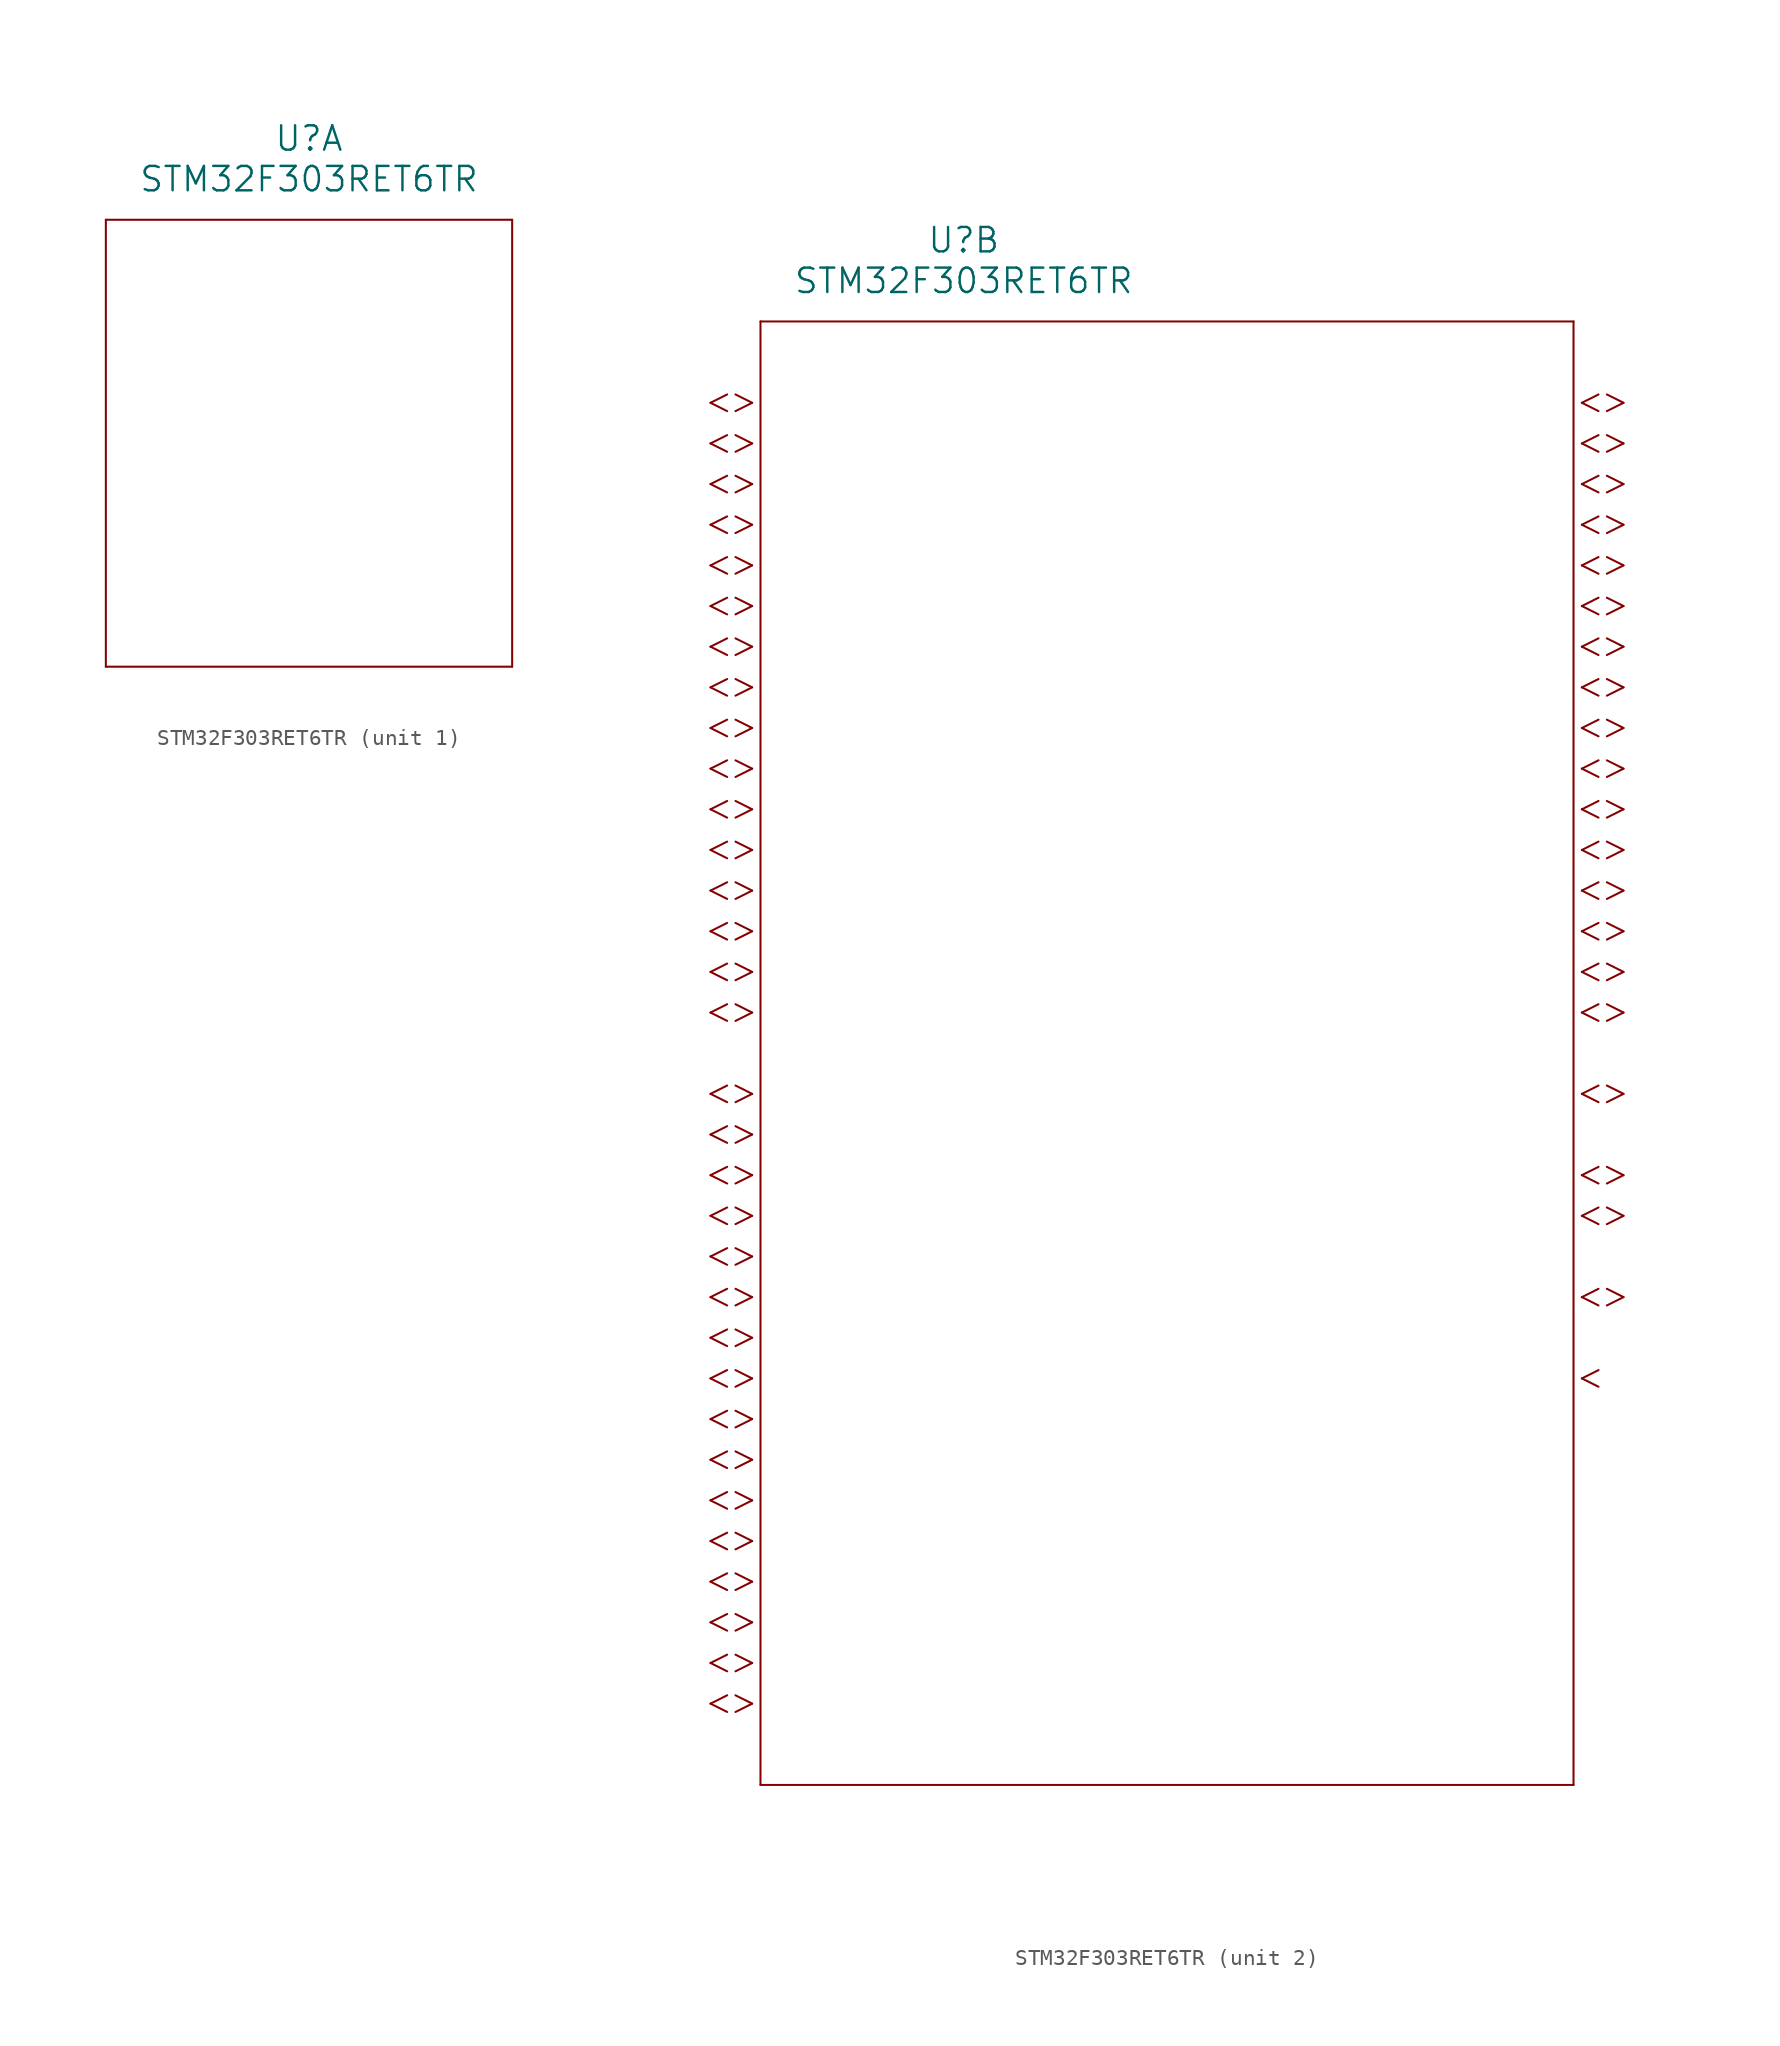
<source format=kicad_sym>
(kicad_symbol_lib
  (version 20211014)
  (generator kicad_symbol_editor)
  (symbol "STM32F303RET6TR"
    (pin_names
      (offset 0.254))
    (property "Reference" "U"
      (at 20.32 10.16 0)
      (effects (font (size 1.524 1.524))))
    (property "Value" "STM32F303RET6TR"
      (at 20.32 7.62 0)
      (effects (font (size 1.524 1.524))))
    (symbol "STM32F303RET6TR_1_1"
      (polyline (pts (xy 7.62 5.08) (xy 7.62 -22.86)) (stroke (width 0.127) (type default) (color 0 0 0 0)) (fill (type none)))
      (polyline (pts (xy 7.62 -22.86) (xy 33.02 -22.86)) (stroke (width 0.127) (type default) (color 0 0 0 0)) (fill (type none)))
      (polyline (pts (xy 33.02 -22.86) (xy 33.02 5.08)) (stroke (width 0.127) (type default) (color 0 0 0 0)) (fill (type none)))
      (polyline (pts (xy 33.02 5.08) (xy 7.62 5.08)) (stroke (width 0.127) (type default) (color 0 0 0 0)) (fill (type none))))
    (symbol "STM32F303RET6TR_2_1"
      (polyline (pts (xy 7.099 0) (xy 6.058 0.521)) (stroke (width 0.127) (type default) (color 0 0 0 0)) (fill (type none)))
      (polyline (pts (xy 7.099 0) (xy 6.058 -0.521)) (stroke (width 0.127) (type default) (color 0 0 0 0)) (fill (type none)))
      (polyline (pts (xy 5.537 0.521) (xy 4.496 0)) (stroke (width 0.127) (type default) (color 0 0 0 0)) (fill (type none)))
      (polyline (pts (xy 5.537 -0.521) (xy 4.496 0)) (stroke (width 0.127) (type default) (color 0 0 0 0)) (fill (type none)))
      (polyline (pts (xy 7.099 -2.54) (xy 6.058 -2.019)) (stroke (width 0.127) (type default) (color 0 0 0 0)) (fill (type none)))
      (polyline (pts (xy 7.099 -2.54) (xy 6.058 -3.061)) (stroke (width 0.127) (type default) (color 0 0 0 0)) (fill (type none)))
      (polyline (pts (xy 5.537 -2.019) (xy 4.496 -2.54)) (stroke (width 0.127) (type default) (color 0 0 0 0)) (fill (type none)))
      (polyline (pts (xy 5.537 -3.061) (xy 4.496 -2.54)) (stroke (width 0.127) (type default) (color 0 0 0 0)) (fill (type none)))
      (polyline (pts (xy 7.099 -5.08) (xy 6.058 -4.559)) (stroke (width 0.127) (type default) (color 0 0 0 0)) (fill (type none)))
      (polyline (pts (xy 7.099 -5.08) (xy 6.058 -5.601)) (stroke (width 0.127) (type default) (color 0 0 0 0)) (fill (type none)))
      (polyline (pts (xy 5.537 -4.559) (xy 4.496 -5.08)) (stroke (width 0.127) (type default) (color 0 0 0 0)) (fill (type none)))
      (polyline (pts (xy 5.537 -5.601) (xy 4.496 -5.08)) (stroke (width 0.127) (type default) (color 0 0 0 0)) (fill (type none)))
      (polyline (pts (xy 7.099 -7.62) (xy 6.058 -7.099)) (stroke (width 0.127) (type default) (color 0 0 0 0)) (fill (type none)))
      (polyline (pts (xy 7.099 -7.62) (xy 6.058 -8.141)) (stroke (width 0.127) (type default) (color 0 0 0 0)) (fill (type none)))
      (polyline (pts (xy 5.537 -7.099) (xy 4.496 -7.62)) (stroke (width 0.127) (type default) (color 0 0 0 0)) (fill (type none)))
      (polyline (pts (xy 5.537 -8.141) (xy 4.496 -7.62)) (stroke (width 0.127) (type default) (color 0 0 0 0)) (fill (type none)))
      (polyline (pts (xy 7.099 -10.16) (xy 6.058 -9.639)) (stroke (width 0.127) (type default) (color 0 0 0 0)) (fill (type none)))
      (polyline (pts (xy 7.099 -10.16) (xy 6.058 -10.681)) (stroke (width 0.127) (type default) (color 0 0 0 0)) (fill (type none)))
      (polyline (pts (xy 5.537 -9.639) (xy 4.496 -10.16)) (stroke (width 0.127) (type default) (color 0 0 0 0)) (fill (type none)))
      (polyline (pts (xy 5.537 -10.681) (xy 4.496 -10.16)) (stroke (width 0.127) (type default) (color 0 0 0 0)) (fill (type none)))
      (polyline (pts (xy 7.099 -12.7) (xy 6.058 -12.179)) (stroke (width 0.127) (type default) (color 0 0 0 0)) (fill (type none)))
      (polyline (pts (xy 7.099 -12.7) (xy 6.058 -13.221)) (stroke (width 0.127) (type default) (color 0 0 0 0)) (fill (type none)))
      (polyline (pts (xy 5.537 -12.179) (xy 4.496 -12.7)) (stroke (width 0.127) (type default) (color 0 0 0 0)) (fill (type none)))
      (polyline (pts (xy 5.537 -13.221) (xy 4.496 -12.7)) (stroke (width 0.127) (type default) (color 0 0 0 0)) (fill (type none)))
      (polyline (pts (xy 7.099 -15.24) (xy 6.058 -14.719)) (stroke (width 0.127) (type default) (color 0 0 0 0)) (fill (type none)))
      (polyline (pts (xy 7.099 -15.24) (xy 6.058 -15.761)) (stroke (width 0.127) (type default) (color 0 0 0 0)) (fill (type none)))
      (polyline (pts (xy 5.537 -14.719) (xy 4.496 -15.24)) (stroke (width 0.127) (type default) (color 0 0 0 0)) (fill (type none)))
      (polyline (pts (xy 5.537 -15.761) (xy 4.496 -15.24)) (stroke (width 0.127) (type default) (color 0 0 0 0)) (fill (type none)))
      (polyline (pts (xy 7.099 -17.78) (xy 6.058 -17.259)) (stroke (width 0.127) (type default) (color 0 0 0 0)) (fill (type none)))
      (polyline (pts (xy 7.099 -17.78) (xy 6.058 -18.301)) (stroke (width 0.127) (type default) (color 0 0 0 0)) (fill (type none)))
      (polyline (pts (xy 5.537 -17.259) (xy 4.496 -17.78)) (stroke (width 0.127) (type default) (color 0 0 0 0)) (fill (type none)))
      (polyline (pts (xy 5.537 -18.301) (xy 4.496 -17.78)) (stroke (width 0.127) (type default) (color 0 0 0 0)) (fill (type none)))
      (polyline (pts (xy 7.099 -20.32) (xy 6.058 -19.799)) (stroke (width 0.127) (type default) (color 0 0 0 0)) (fill (type none)))
      (polyline (pts (xy 7.099 -20.32) (xy 6.058 -20.841)) (stroke (width 0.127) (type default) (color 0 0 0 0)) (fill (type none)))
      (polyline (pts (xy 5.537 -19.799) (xy 4.496 -20.32)) (stroke (width 0.127) (type default) (color 0 0 0 0)) (fill (type none)))
      (polyline (pts (xy 5.537 -20.841) (xy 4.496 -20.32)) (stroke (width 0.127) (type default) (color 0 0 0 0)) (fill (type none)))
      (polyline (pts (xy 7.099 -22.86) (xy 6.058 -22.339)) (stroke (width 0.127) (type default) (color 0 0 0 0)) (fill (type none)))
      (polyline (pts (xy 7.099 -22.86) (xy 6.058 -23.381)) (stroke (width 0.127) (type default) (color 0 0 0 0)) (fill (type none)))
      (polyline (pts (xy 5.537 -22.339) (xy 4.496 -22.86)) (stroke (width 0.127) (type default) (color 0 0 0 0)) (fill (type none)))
      (polyline (pts (xy 5.537 -23.381) (xy 4.496 -22.86)) (stroke (width 0.127) (type default) (color 0 0 0 0)) (fill (type none)))
      (polyline (pts (xy 7.099 -25.4) (xy 6.058 -24.879)) (stroke (width 0.127) (type default) (color 0 0 0 0)) (fill (type none)))
      (polyline (pts (xy 7.099 -25.4) (xy 6.058 -25.921)) (stroke (width 0.127) (type default) (color 0 0 0 0)) (fill (type none)))
      (polyline (pts (xy 5.537 -24.879) (xy 4.496 -25.4)) (stroke (width 0.127) (type default) (color 0 0 0 0)) (fill (type none)))
      (polyline (pts (xy 5.537 -25.921) (xy 4.496 -25.4)) (stroke (width 0.127) (type default) (color 0 0 0 0)) (fill (type none)))
      (polyline (pts (xy 7.099 -27.94) (xy 6.058 -27.419)) (stroke (width 0.127) (type default) (color 0 0 0 0)) (fill (type none)))
      (polyline (pts (xy 7.099 -27.94) (xy 6.058 -28.461)) (stroke (width 0.127) (type default) (color 0 0 0 0)) (fill (type none)))
      (polyline (pts (xy 5.537 -27.419) (xy 4.496 -27.94)) (stroke (width 0.127) (type default) (color 0 0 0 0)) (fill (type none)))
      (polyline (pts (xy 5.537 -28.461) (xy 4.496 -27.94)) (stroke (width 0.127) (type default) (color 0 0 0 0)) (fill (type none)))
      (polyline (pts (xy 7.099 -30.48) (xy 6.058 -29.959)) (stroke (width 0.127) (type default) (color 0 0 0 0)) (fill (type none)))
      (polyline (pts (xy 7.099 -30.48) (xy 6.058 -31.001)) (stroke (width 0.127) (type default) (color 0 0 0 0)) (fill (type none)))
      (polyline (pts (xy 5.537 -29.959) (xy 4.496 -30.48)) (stroke (width 0.127) (type default) (color 0 0 0 0)) (fill (type none)))
      (polyline (pts (xy 5.537 -31.001) (xy 4.496 -30.48)) (stroke (width 0.127) (type default) (color 0 0 0 0)) (fill (type none)))
      (polyline (pts (xy 7.099 -33.02) (xy 6.058 -32.499)) (stroke (width 0.127) (type default) (color 0 0 0 0)) (fill (type none)))
      (polyline (pts (xy 7.099 -33.02) (xy 6.058 -33.541)) (stroke (width 0.127) (type default) (color 0 0 0 0)) (fill (type none)))
      (polyline (pts (xy 5.537 -32.499) (xy 4.496 -33.02)) (stroke (width 0.127) (type default) (color 0 0 0 0)) (fill (type none)))
      (polyline (pts (xy 5.537 -33.541) (xy 4.496 -33.02)) (stroke (width 0.127) (type default) (color 0 0 0 0)) (fill (type none)))
      (polyline (pts (xy 7.099 -35.56) (xy 6.058 -35.039)) (stroke (width 0.127) (type default) (color 0 0 0 0)) (fill (type none)))
      (polyline (pts (xy 7.099 -35.56) (xy 6.058 -36.081)) (stroke (width 0.127) (type default) (color 0 0 0 0)) (fill (type none)))
      (polyline (pts (xy 5.537 -35.039) (xy 4.496 -35.56)) (stroke (width 0.127) (type default) (color 0 0 0 0)) (fill (type none)))
      (polyline (pts (xy 5.537 -36.081) (xy 4.496 -35.56)) (stroke (width 0.127) (type default) (color 0 0 0 0)) (fill (type none)))
      (polyline (pts (xy 7.099 -38.1) (xy 6.058 -37.579)) (stroke (width 0.127) (type default) (color 0 0 0 0)) (fill (type none)))
      (polyline (pts (xy 7.099 -38.1) (xy 6.058 -38.621)) (stroke (width 0.127) (type default) (color 0 0 0 0)) (fill (type none)))
      (polyline (pts (xy 5.537 -37.579) (xy 4.496 -38.1)) (stroke (width 0.127) (type default) (color 0 0 0 0)) (fill (type none)))
      (polyline (pts (xy 5.537 -38.621) (xy 4.496 -38.1)) (stroke (width 0.127) (type default) (color 0 0 0 0)) (fill (type none)))
      (polyline (pts (xy 7.099 -43.18) (xy 6.058 -42.659)) (stroke (width 0.127) (type default) (color 0 0 0 0)) (fill (type none)))
      (polyline (pts (xy 7.099 -43.18) (xy 6.058 -43.701)) (stroke (width 0.127) (type default) (color 0 0 0 0)) (fill (type none)))
      (polyline (pts (xy 5.537 -42.659) (xy 4.496 -43.18)) (stroke (width 0.127) (type default) (color 0 0 0 0)) (fill (type none)))
      (polyline (pts (xy 5.537 -43.701) (xy 4.496 -43.18)) (stroke (width 0.127) (type default) (color 0 0 0 0)) (fill (type none)))
      (polyline (pts (xy 7.099 -45.72) (xy 6.058 -45.199)) (stroke (width 0.127) (type default) (color 0 0 0 0)) (fill (type none)))
      (polyline (pts (xy 7.099 -45.72) (xy 6.058 -46.241)) (stroke (width 0.127) (type default) (color 0 0 0 0)) (fill (type none)))
      (polyline (pts (xy 5.537 -45.199) (xy 4.496 -45.72)) (stroke (width 0.127) (type default) (color 0 0 0 0)) (fill (type none)))
      (polyline (pts (xy 5.537 -46.241) (xy 4.496 -45.72)) (stroke (width 0.127) (type default) (color 0 0 0 0)) (fill (type none)))
      (polyline (pts (xy 7.099 -48.26) (xy 6.058 -47.739)) (stroke (width 0.127) (type default) (color 0 0 0 0)) (fill (type none)))
      (polyline (pts (xy 7.099 -48.26) (xy 6.058 -48.781)) (stroke (width 0.127) (type default) (color 0 0 0 0)) (fill (type none)))
      (polyline (pts (xy 5.537 -47.739) (xy 4.496 -48.26)) (stroke (width 0.127) (type default) (color 0 0 0 0)) (fill (type none)))
      (polyline (pts (xy 5.537 -48.781) (xy 4.496 -48.26)) (stroke (width 0.127) (type default) (color 0 0 0 0)) (fill (type none)))
      (polyline (pts (xy 7.099 -50.8) (xy 6.058 -50.279)) (stroke (width 0.127) (type default) (color 0 0 0 0)) (fill (type none)))
      (polyline (pts (xy 7.099 -50.8) (xy 6.058 -51.321)) (stroke (width 0.127) (type default) (color 0 0 0 0)) (fill (type none)))
      (polyline (pts (xy 5.537 -50.279) (xy 4.496 -50.8)) (stroke (width 0.127) (type default) (color 0 0 0 0)) (fill (type none)))
      (polyline (pts (xy 5.537 -51.321) (xy 4.496 -50.8)) (stroke (width 0.127) (type default) (color 0 0 0 0)) (fill (type none)))
      (polyline (pts (xy 7.099 -53.34) (xy 6.058 -52.819)) (stroke (width 0.127) (type default) (color 0 0 0 0)) (fill (type none)))
      (polyline (pts (xy 7.099 -53.34) (xy 6.058 -53.861)) (stroke (width 0.127) (type default) (color 0 0 0 0)) (fill (type none)))
      (polyline (pts (xy 5.537 -52.819) (xy 4.496 -53.34)) (stroke (width 0.127) (type default) (color 0 0 0 0)) (fill (type none)))
      (polyline (pts (xy 5.537 -53.861) (xy 4.496 -53.34)) (stroke (width 0.127) (type default) (color 0 0 0 0)) (fill (type none)))
      (polyline (pts (xy 7.099 -55.88) (xy 6.058 -55.359)) (stroke (width 0.127) (type default) (color 0 0 0 0)) (fill (type none)))
      (polyline (pts (xy 7.099 -55.88) (xy 6.058 -56.401)) (stroke (width 0.127) (type default) (color 0 0 0 0)) (fill (type none)))
      (polyline (pts (xy 5.537 -55.359) (xy 4.496 -55.88)) (stroke (width 0.127) (type default) (color 0 0 0 0)) (fill (type none)))
      (polyline (pts (xy 5.537 -56.401) (xy 4.496 -55.88)) (stroke (width 0.127) (type default) (color 0 0 0 0)) (fill (type none)))
      (polyline (pts (xy 7.099 -58.42) (xy 6.058 -57.899)) (stroke (width 0.127) (type default) (color 0 0 0 0)) (fill (type none)))
      (polyline (pts (xy 7.099 -58.42) (xy 6.058 -58.941)) (stroke (width 0.127) (type default) (color 0 0 0 0)) (fill (type none)))
      (polyline (pts (xy 5.537 -57.899) (xy 4.496 -58.42)) (stroke (width 0.127) (type default) (color 0 0 0 0)) (fill (type none)))
      (polyline (pts (xy 5.537 -58.941) (xy 4.496 -58.42)) (stroke (width 0.127) (type default) (color 0 0 0 0)) (fill (type none)))
      (polyline (pts (xy 7.099 -60.96) (xy 6.058 -60.439)) (stroke (width 0.127) (type default) (color 0 0 0 0)) (fill (type none)))
      (polyline (pts (xy 7.099 -60.96) (xy 6.058 -61.481)) (stroke (width 0.127) (type default) (color 0 0 0 0)) (fill (type none)))
      (polyline (pts (xy 5.537 -60.439) (xy 4.496 -60.96)) (stroke (width 0.127) (type default) (color 0 0 0 0)) (fill (type none)))
      (polyline (pts (xy 5.537 -61.481) (xy 4.496 -60.96)) (stroke (width 0.127) (type default) (color 0 0 0 0)) (fill (type none)))
      (polyline (pts (xy 7.099 -63.5) (xy 6.058 -62.979)) (stroke (width 0.127) (type default) (color 0 0 0 0)) (fill (type none)))
      (polyline (pts (xy 7.099 -63.5) (xy 6.058 -64.021)) (stroke (width 0.127) (type default) (color 0 0 0 0)) (fill (type none)))
      (polyline (pts (xy 5.537 -62.979) (xy 4.496 -63.5)) (stroke (width 0.127) (type default) (color 0 0 0 0)) (fill (type none)))
      (polyline (pts (xy 5.537 -64.021) (xy 4.496 -63.5)) (stroke (width 0.127) (type default) (color 0 0 0 0)) (fill (type none)))
      (polyline (pts (xy 7.099 -66.04) (xy 6.058 -65.519)) (stroke (width 0.127) (type default) (color 0 0 0 0)) (fill (type none)))
      (polyline (pts (xy 7.099 -66.04) (xy 6.058 -66.561)) (stroke (width 0.127) (type default) (color 0 0 0 0)) (fill (type none)))
      (polyline (pts (xy 5.537 -65.519) (xy 4.496 -66.04)) (stroke (width 0.127) (type default) (color 0 0 0 0)) (fill (type none)))
      (polyline (pts (xy 5.537 -66.561) (xy 4.496 -66.04)) (stroke (width 0.127) (type default) (color 0 0 0 0)) (fill (type none)))
      (polyline (pts (xy 7.099 -68.58) (xy 6.058 -68.059)) (stroke (width 0.127) (type default) (color 0 0 0 0)) (fill (type none)))
      (polyline (pts (xy 7.099 -68.58) (xy 6.058 -69.101)) (stroke (width 0.127) (type default) (color 0 0 0 0)) (fill (type none)))
      (polyline (pts (xy 5.537 -68.059) (xy 4.496 -68.58)) (stroke (width 0.127) (type default) (color 0 0 0 0)) (fill (type none)))
      (polyline (pts (xy 5.537 -69.101) (xy 4.496 -68.58)) (stroke (width 0.127) (type default) (color 0 0 0 0)) (fill (type none)))
      (polyline (pts (xy 7.099 -71.12) (xy 6.058 -70.599)) (stroke (width 0.127) (type default) (color 0 0 0 0)) (fill (type none)))
      (polyline (pts (xy 7.099 -71.12) (xy 6.058 -71.641)) (stroke (width 0.127) (type default) (color 0 0 0 0)) (fill (type none)))
      (polyline (pts (xy 5.537 -70.599) (xy 4.496 -71.12)) (stroke (width 0.127) (type default) (color 0 0 0 0)) (fill (type none)))
      (polyline (pts (xy 5.537 -71.641) (xy 4.496 -71.12)) (stroke (width 0.127) (type default) (color 0 0 0 0)) (fill (type none)))
      (polyline (pts (xy 7.099 -73.66) (xy 6.058 -73.139)) (stroke (width 0.127) (type default) (color 0 0 0 0)) (fill (type none)))
      (polyline (pts (xy 7.099 -73.66) (xy 6.058 -74.181)) (stroke (width 0.127) (type default) (color 0 0 0 0)) (fill (type none)))
      (polyline (pts (xy 5.537 -73.139) (xy 4.496 -73.66)) (stroke (width 0.127) (type default) (color 0 0 0 0)) (fill (type none)))
      (polyline (pts (xy 5.537 -74.181) (xy 4.496 -73.66)) (stroke (width 0.127) (type default) (color 0 0 0 0)) (fill (type none)))
      (polyline (pts (xy 7.099 -76.2) (xy 6.058 -75.679)) (stroke (width 0.127) (type default) (color 0 0 0 0)) (fill (type none)))
      (polyline (pts (xy 7.099 -76.2) (xy 6.058 -76.721)) (stroke (width 0.127) (type default) (color 0 0 0 0)) (fill (type none)))
      (polyline (pts (xy 5.537 -75.679) (xy 4.496 -76.2)) (stroke (width 0.127) (type default) (color 0 0 0 0)) (fill (type none)))
      (polyline (pts (xy 5.537 -76.721) (xy 4.496 -76.2)) (stroke (width 0.127) (type default) (color 0 0 0 0)) (fill (type none)))
      (polyline (pts (xy 7.099 -78.74) (xy 6.058 -78.219)) (stroke (width 0.127) (type default) (color 0 0 0 0)) (fill (type none)))
      (polyline (pts (xy 7.099 -78.74) (xy 6.058 -79.261)) (stroke (width 0.127) (type default) (color 0 0 0 0)) (fill (type none)))
      (polyline (pts (xy 5.537 -78.219) (xy 4.496 -78.74)) (stroke (width 0.127) (type default) (color 0 0 0 0)) (fill (type none)))
      (polyline (pts (xy 5.537 -79.261) (xy 4.496 -78.74)) (stroke (width 0.127) (type default) (color 0 0 0 0)) (fill (type none)))
      (polyline (pts (xy 7.099 -81.28) (xy 6.058 -80.759)) (stroke (width 0.127) (type default) (color 0 0 0 0)) (fill (type none)))
      (polyline (pts (xy 7.099 -81.28) (xy 6.058 -81.801)) (stroke (width 0.127) (type default) (color 0 0 0 0)) (fill (type none)))
      (polyline (pts (xy 5.537 -80.759) (xy 4.496 -81.28)) (stroke (width 0.127) (type default) (color 0 0 0 0)) (fill (type none)))
      (polyline (pts (xy 5.537 -81.801) (xy 4.496 -81.28)) (stroke (width 0.127) (type default) (color 0 0 0 0)) (fill (type none)))
      (polyline (pts (xy 58.941 0) (xy 59.982 0.521)) (stroke (width 0.127) (type default) (color 0 0 0 0)) (fill (type none)))
      (polyline (pts (xy 58.941 0) (xy 59.982 -0.521)) (stroke (width 0.127) (type default) (color 0 0 0 0)) (fill (type none)))
      (polyline (pts (xy 60.503 0.521) (xy 61.544 0)) (stroke (width 0.127) (type default) (color 0 0 0 0)) (fill (type none)))
      (polyline (pts (xy 60.503 -0.521) (xy 61.544 0)) (stroke (width 0.127) (type default) (color 0 0 0 0)) (fill (type none)))
      (polyline (pts (xy 58.941 -2.54) (xy 59.982 -2.019)) (stroke (width 0.127) (type default) (color 0 0 0 0)) (fill (type none)))
      (polyline (pts (xy 58.941 -2.54) (xy 59.982 -3.061)) (stroke (width 0.127) (type default) (color 0 0 0 0)) (fill (type none)))
      (polyline (pts (xy 60.503 -2.019) (xy 61.544 -2.54)) (stroke (width 0.127) (type default) (color 0 0 0 0)) (fill (type none)))
      (polyline (pts (xy 60.503 -3.061) (xy 61.544 -2.54)) (stroke (width 0.127) (type default) (color 0 0 0 0)) (fill (type none)))
      (polyline (pts (xy 58.941 -5.08) (xy 59.982 -4.559)) (stroke (width 0.127) (type default) (color 0 0 0 0)) (fill (type none)))
      (polyline (pts (xy 58.941 -5.08) (xy 59.982 -5.601)) (stroke (width 0.127) (type default) (color 0 0 0 0)) (fill (type none)))
      (polyline (pts (xy 60.503 -4.559) (xy 61.544 -5.08)) (stroke (width 0.127) (type default) (color 0 0 0 0)) (fill (type none)))
      (polyline (pts (xy 60.503 -5.601) (xy 61.544 -5.08)) (stroke (width 0.127) (type default) (color 0 0 0 0)) (fill (type none)))
      (polyline (pts (xy 58.941 -7.62) (xy 59.982 -7.099)) (stroke (width 0.127) (type default) (color 0 0 0 0)) (fill (type none)))
      (polyline (pts (xy 58.941 -7.62) (xy 59.982 -8.141)) (stroke (width 0.127) (type default) (color 0 0 0 0)) (fill (type none)))
      (polyline (pts (xy 60.503 -7.099) (xy 61.544 -7.62)) (stroke (width 0.127) (type default) (color 0 0 0 0)) (fill (type none)))
      (polyline (pts (xy 60.503 -8.141) (xy 61.544 -7.62)) (stroke (width 0.127) (type default) (color 0 0 0 0)) (fill (type none)))
      (polyline (pts (xy 58.941 -10.16) (xy 59.982 -9.639)) (stroke (width 0.127) (type default) (color 0 0 0 0)) (fill (type none)))
      (polyline (pts (xy 58.941 -10.16) (xy 59.982 -10.681)) (stroke (width 0.127) (type default) (color 0 0 0 0)) (fill (type none)))
      (polyline (pts (xy 60.503 -9.639) (xy 61.544 -10.16)) (stroke (width 0.127) (type default) (color 0 0 0 0)) (fill (type none)))
      (polyline (pts (xy 60.503 -10.681) (xy 61.544 -10.16)) (stroke (width 0.127) (type default) (color 0 0 0 0)) (fill (type none)))
      (polyline (pts (xy 58.941 -12.7) (xy 59.982 -12.179)) (stroke (width 0.127) (type default) (color 0 0 0 0)) (fill (type none)))
      (polyline (pts (xy 58.941 -12.7) (xy 59.982 -13.221)) (stroke (width 0.127) (type default) (color 0 0 0 0)) (fill (type none)))
      (polyline (pts (xy 60.503 -12.179) (xy 61.544 -12.7)) (stroke (width 0.127) (type default) (color 0 0 0 0)) (fill (type none)))
      (polyline (pts (xy 60.503 -13.221) (xy 61.544 -12.7)) (stroke (width 0.127) (type default) (color 0 0 0 0)) (fill (type none)))
      (polyline (pts (xy 58.941 -15.24) (xy 59.982 -14.719)) (stroke (width 0.127) (type default) (color 0 0 0 0)) (fill (type none)))
      (polyline (pts (xy 58.941 -15.24) (xy 59.982 -15.761)) (stroke (width 0.127) (type default) (color 0 0 0 0)) (fill (type none)))
      (polyline (pts (xy 60.503 -14.719) (xy 61.544 -15.24)) (stroke (width 0.127) (type default) (color 0 0 0 0)) (fill (type none)))
      (polyline (pts (xy 60.503 -15.761) (xy 61.544 -15.24)) (stroke (width 0.127) (type default) (color 0 0 0 0)) (fill (type none)))
      (polyline (pts (xy 58.941 -17.78) (xy 59.982 -17.259)) (stroke (width 0.127) (type default) (color 0 0 0 0)) (fill (type none)))
      (polyline (pts (xy 58.941 -17.78) (xy 59.982 -18.301)) (stroke (width 0.127) (type default) (color 0 0 0 0)) (fill (type none)))
      (polyline (pts (xy 60.503 -17.259) (xy 61.544 -17.78)) (stroke (width 0.127) (type default) (color 0 0 0 0)) (fill (type none)))
      (polyline (pts (xy 60.503 -18.301) (xy 61.544 -17.78)) (stroke (width 0.127) (type default) (color 0 0 0 0)) (fill (type none)))
      (polyline (pts (xy 58.941 -20.32) (xy 59.982 -19.799)) (stroke (width 0.127) (type default) (color 0 0 0 0)) (fill (type none)))
      (polyline (pts (xy 58.941 -20.32) (xy 59.982 -20.841)) (stroke (width 0.127) (type default) (color 0 0 0 0)) (fill (type none)))
      (polyline (pts (xy 60.503 -19.799) (xy 61.544 -20.32)) (stroke (width 0.127) (type default) (color 0 0 0 0)) (fill (type none)))
      (polyline (pts (xy 60.503 -20.841) (xy 61.544 -20.32)) (stroke (width 0.127) (type default) (color 0 0 0 0)) (fill (type none)))
      (polyline (pts (xy 58.941 -22.86) (xy 59.982 -22.339)) (stroke (width 0.127) (type default) (color 0 0 0 0)) (fill (type none)))
      (polyline (pts (xy 58.941 -22.86) (xy 59.982 -23.381)) (stroke (width 0.127) (type default) (color 0 0 0 0)) (fill (type none)))
      (polyline (pts (xy 60.503 -22.339) (xy 61.544 -22.86)) (stroke (width 0.127) (type default) (color 0 0 0 0)) (fill (type none)))
      (polyline (pts (xy 60.503 -23.381) (xy 61.544 -22.86)) (stroke (width 0.127) (type default) (color 0 0 0 0)) (fill (type none)))
      (polyline (pts (xy 58.941 -25.4) (xy 59.982 -24.879)) (stroke (width 0.127) (type default) (color 0 0 0 0)) (fill (type none)))
      (polyline (pts (xy 58.941 -25.4) (xy 59.982 -25.921)) (stroke (width 0.127) (type default) (color 0 0 0 0)) (fill (type none)))
      (polyline (pts (xy 60.503 -24.879) (xy 61.544 -25.4)) (stroke (width 0.127) (type default) (color 0 0 0 0)) (fill (type none)))
      (polyline (pts (xy 60.503 -25.921) (xy 61.544 -25.4)) (stroke (width 0.127) (type default) (color 0 0 0 0)) (fill (type none)))
      (polyline (pts (xy 58.941 -27.94) (xy 59.982 -27.419)) (stroke (width 0.127) (type default) (color 0 0 0 0)) (fill (type none)))
      (polyline (pts (xy 58.941 -27.94) (xy 59.982 -28.461)) (stroke (width 0.127) (type default) (color 0 0 0 0)) (fill (type none)))
      (polyline (pts (xy 60.503 -27.419) (xy 61.544 -27.94)) (stroke (width 0.127) (type default) (color 0 0 0 0)) (fill (type none)))
      (polyline (pts (xy 60.503 -28.461) (xy 61.544 -27.94)) (stroke (width 0.127) (type default) (color 0 0 0 0)) (fill (type none)))
      (polyline (pts (xy 58.941 -30.48) (xy 59.982 -29.959)) (stroke (width 0.127) (type default) (color 0 0 0 0)) (fill (type none)))
      (polyline (pts (xy 58.941 -30.48) (xy 59.982 -31.001)) (stroke (width 0.127) (type default) (color 0 0 0 0)) (fill (type none)))
      (polyline (pts (xy 60.503 -29.959) (xy 61.544 -30.48)) (stroke (width 0.127) (type default) (color 0 0 0 0)) (fill (type none)))
      (polyline (pts (xy 60.503 -31.001) (xy 61.544 -30.48)) (stroke (width 0.127) (type default) (color 0 0 0 0)) (fill (type none)))
      (polyline (pts (xy 58.941 -33.02) (xy 59.982 -32.499)) (stroke (width 0.127) (type default) (color 0 0 0 0)) (fill (type none)))
      (polyline (pts (xy 58.941 -33.02) (xy 59.982 -33.541)) (stroke (width 0.127) (type default) (color 0 0 0 0)) (fill (type none)))
      (polyline (pts (xy 60.503 -32.499) (xy 61.544 -33.02)) (stroke (width 0.127) (type default) (color 0 0 0 0)) (fill (type none)))
      (polyline (pts (xy 60.503 -33.541) (xy 61.544 -33.02)) (stroke (width 0.127) (type default) (color 0 0 0 0)) (fill (type none)))
      (polyline (pts (xy 58.941 -35.56) (xy 59.982 -35.039)) (stroke (width 0.127) (type default) (color 0 0 0 0)) (fill (type none)))
      (polyline (pts (xy 58.941 -35.56) (xy 59.982 -36.081)) (stroke (width 0.127) (type default) (color 0 0 0 0)) (fill (type none)))
      (polyline (pts (xy 60.503 -35.039) (xy 61.544 -35.56)) (stroke (width 0.127) (type default) (color 0 0 0 0)) (fill (type none)))
      (polyline (pts (xy 60.503 -36.081) (xy 61.544 -35.56)) (stroke (width 0.127) (type default) (color 0 0 0 0)) (fill (type none)))
      (polyline (pts (xy 58.941 -38.1) (xy 59.982 -37.579)) (stroke (width 0.127) (type default) (color 0 0 0 0)) (fill (type none)))
      (polyline (pts (xy 58.941 -38.1) (xy 59.982 -38.621)) (stroke (width 0.127) (type default) (color 0 0 0 0)) (fill (type none)))
      (polyline (pts (xy 60.503 -37.579) (xy 61.544 -38.1)) (stroke (width 0.127) (type default) (color 0 0 0 0)) (fill (type none)))
      (polyline (pts (xy 60.503 -38.621) (xy 61.544 -38.1)) (stroke (width 0.127) (type default) (color 0 0 0 0)) (fill (type none)))
      (polyline (pts (xy 58.941 -43.18) (xy 59.982 -42.659)) (stroke (width 0.127) (type default) (color 0 0 0 0)) (fill (type none)))
      (polyline (pts (xy 58.941 -43.18) (xy 59.982 -43.701)) (stroke (width 0.127) (type default) (color 0 0 0 0)) (fill (type none)))
      (polyline (pts (xy 60.503 -42.659) (xy 61.544 -43.18)) (stroke (width 0.127) (type default) (color 0 0 0 0)) (fill (type none)))
      (polyline (pts (xy 60.503 -43.701) (xy 61.544 -43.18)) (stroke (width 0.127) (type default) (color 0 0 0 0)) (fill (type none)))
      (polyline (pts (xy 58.941 -48.26) (xy 59.982 -47.739)) (stroke (width 0.127) (type default) (color 0 0 0 0)) (fill (type none)))
      (polyline (pts (xy 58.941 -48.26) (xy 59.982 -48.781)) (stroke (width 0.127) (type default) (color 0 0 0 0)) (fill (type none)))
      (polyline (pts (xy 60.503 -47.739) (xy 61.544 -48.26)) (stroke (width 0.127) (type default) (color 0 0 0 0)) (fill (type none)))
      (polyline (pts (xy 60.503 -48.781) (xy 61.544 -48.26)) (stroke (width 0.127) (type default) (color 0 0 0 0)) (fill (type none)))
      (polyline (pts (xy 58.941 -50.8) (xy 59.982 -50.279)) (stroke (width 0.127) (type default) (color 0 0 0 0)) (fill (type none)))
      (polyline (pts (xy 58.941 -50.8) (xy 59.982 -51.321)) (stroke (width 0.127) (type default) (color 0 0 0 0)) (fill (type none)))
      (polyline (pts (xy 60.503 -50.279) (xy 61.544 -50.8)) (stroke (width 0.127) (type default) (color 0 0 0 0)) (fill (type none)))
      (polyline (pts (xy 60.503 -51.321) (xy 61.544 -50.8)) (stroke (width 0.127) (type default) (color 0 0 0 0)) (fill (type none)))
      (polyline (pts (xy 58.941 -55.88) (xy 59.982 -55.359)) (stroke (width 0.127) (type default) (color 0 0 0 0)) (fill (type none)))
      (polyline (pts (xy 58.941 -55.88) (xy 59.982 -56.401)) (stroke (width 0.127) (type default) (color 0 0 0 0)) (fill (type none)))
      (polyline (pts (xy 60.503 -55.359) (xy 61.544 -55.88)) (stroke (width 0.127) (type default) (color 0 0 0 0)) (fill (type none)))
      (polyline (pts (xy 60.503 -56.401) (xy 61.544 -55.88)) (stroke (width 0.127) (type default) (color 0 0 0 0)) (fill (type none)))
      (polyline (pts (xy 58.941 -60.96) (xy 59.982 -60.439)) (stroke (width 0.127) (type default) (color 0 0 0 0)) (fill (type none)))
      (polyline (pts (xy 58.941 -60.96) (xy 59.982 -61.481)) (stroke (width 0.127) (type default) (color 0 0 0 0)) (fill (type none)))
      (polyline (pts (xy 7.62 5.08) (xy 7.62 -86.36)) (stroke (width 0.127) (type default) (color 0 0 0 0)) (fill (type none)))
      (polyline (pts (xy 7.62 -86.36) (xy 58.42 -86.36)) (stroke (width 0.127) (type default) (color 0 0 0 0)) (fill (type none)))
      (polyline (pts (xy 58.42 -86.36) (xy 58.42 5.08)) (stroke (width 0.127) (type default) (color 0 0 0 0)) (fill (type none)))
      (polyline (pts (xy 58.42 5.08) (xy 7.62 5.08)) (stroke (width 0.127) (type default) (color 0 0 0 0)) (fill (type none))))))
</source>
